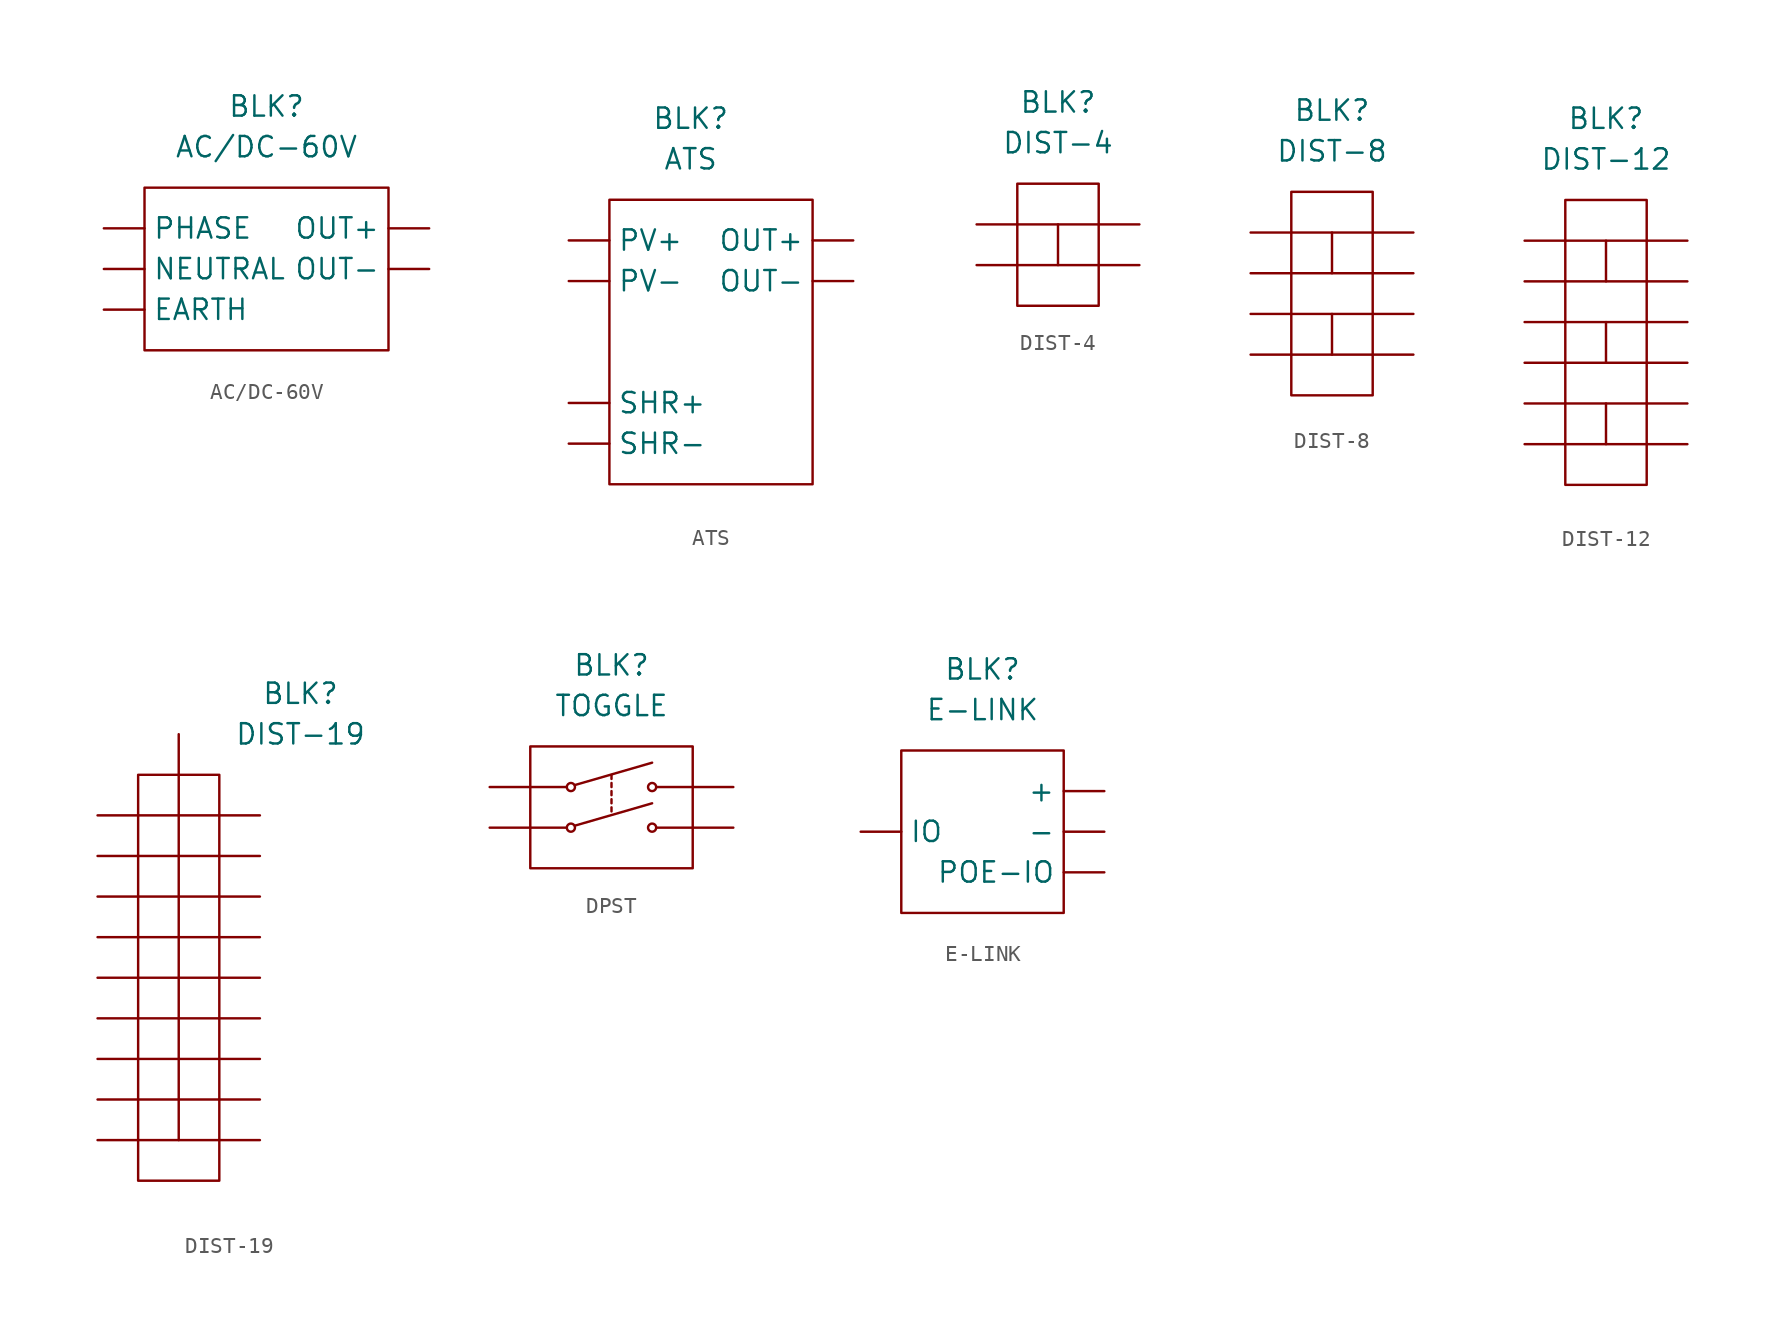
<source format=kicad_sym>
(kicad_symbol_lib
  (version 20220914)
  (generator kicad_symbol_editor)
  (symbol "AC/DC-60V"
    (pin_numbers hide)
    (property "Reference" "BLK"
      (at 0 10.16 0)
      (effects (font (size 1.27 1.27))))
    (property "Value" "AC/DC-60V"
      (at 0 7.62 0)
      (effects (font (size 1.27 1.27))))
    (symbol "AC/DC-60V_0_1"
      (rectangle (start -7.62 5.08) (end 7.62 -5.08) (stroke (width 0) (type default)) (fill (type none))))
    (symbol "AC/DC-60V_1_1"
      (pin passive line (at 10.16 2.54 180) (length 2.54) (name "OUT+" (effects (font (size 1.27 1.27)))) (number "1" (effects (font (size 1.27 1.27)))))
      (pin passive line (at 10.16 0 180) (length 2.54) (name "OUT-" (effects (font (size 1.27 1.27)))) (number "2" (effects (font (size 1.27 1.27)))))
      (pin passive line (at -10.16 2.54 0) (length 2.54) (name "PHASE" (effects (font (size 1.27 1.27)))) (number "4" (effects (font (size 1.27 1.27)))))
      (pin passive line (at -10.16 0 0) (length 2.54) (name "NEUTRAL" (effects (font (size 1.27 1.27)))) (number "5" (effects (font (size 1.27 1.27)))))
      (pin passive line (at -10.16 -2.54 0) (length 2.54) (name "EARTH" (effects (font (size 1.27 1.27)))) (number "6" (effects (font (size 1.27 1.27)))))))
  (symbol "ATS"
    (pin_numbers hide)
    (property "Reference" "BLK"
      (at 0 12.7 0)
      (effects (font (size 1.27 1.27))))
    (property "Value" "ATS"
      (at 0 10.16 0)
      (effects (font (size 1.27 1.27))))
    (symbol "ATS_0_1"
      (rectangle (start -5.08 7.62) (end 7.62 -10.16) (stroke (width 0) (type default)) (fill (type none))))
    (symbol "ATS_1_1"
      (pin passive line (at 10.16 5.08 180) (length 2.54) (name "OUT+" (effects (font (size 1.27 1.27)))) (number "1" (effects (font (size 1.27 1.27)))))
      (pin passive line (at -7.62 2.54 0) (length 2.54) (name "PV-" (effects (font (size 1.27 1.27)))) (number "1" (effects (font (size 1.27 1.27)))))
      (pin passive line (at -7.62 -7.62 0) (length 2.54) (name "SHR-" (effects (font (size 1.27 1.27)))) (number "1" (effects (font (size 1.27 1.27)))))
      (pin passive line (at 10.16 2.54 180) (length 2.54) (name "OUT-" (effects (font (size 1.27 1.27)))) (number "2" (effects (font (size 1.27 1.27)))))
      (pin passive line (at -7.62 5.08 0) (length 2.54) (name "PV+" (effects (font (size 1.27 1.27)))) (number "2" (effects (font (size 1.27 1.27)))))
      (pin passive line (at -7.62 -5.08 0) (length 2.54) (name "SHR+" (effects (font (size 1.27 1.27)))) (number "2" (effects (font (size 1.27 1.27)))))))
  (symbol "DIST-4"
    (pin_numbers hide)
    (pin_names hide)
    (property "Reference" "BLK"
      (at 0 7.62 0)
      (effects (font (size 1.27 1.27))))
    (property "Value" "DIST-4"
      (at 0 5.08 0)
      (effects (font (size 1.27 1.27))))
    (symbol "DIST-4_0_1"
      (rectangle (start -2.54 2.54) (end 2.54 -5.08) (stroke (width 0) (type default)) (fill (type none)))
      (polyline (pts (xy -2.54 0) (xy 2.54 0)) (stroke (width 0) (type default)) (fill (type none)))
      (polyline (pts (xy 0 -2.54) (xy 0 0)) (stroke (width 0) (type default)) (fill (type none)))
      (polyline (pts (xy 2.54 -2.54) (xy -2.54 -2.54)) (stroke (width 0) (type default)) (fill (type none))))
    (symbol "DIST-4_1_1"
      (pin passive line (at -5.08 0 0) (length 2.54) (name "1" (effects (font (size 1.27 1.27)))) (number "1" (effects (font (size 1.27 1.27)))))
      (pin passive line (at -5.08 -2.54 0) (length 2.54) (name "2" (effects (font (size 1.27 1.27)))) (number "2" (effects (font (size 1.27 1.27)))))
      (pin passive line (at 5.08 -2.54 180) (length 2.54) (name "3" (effects (font (size 1.27 1.27)))) (number "3" (effects (font (size 1.27 1.27)))))
      (pin passive line (at 5.08 0 180) (length 2.54) (name "4" (effects (font (size 1.27 1.27)))) (number "4" (effects (font (size 1.27 1.27)))))))
  (symbol "DIST-8"
    (pin_numbers hide)
    (pin_names hide)
    (property "Reference" "BLK"
      (at 0 10.16 0)
      (effects (font (size 1.27 1.27))))
    (property "Value" "DIST-8"
      (at 0 7.62 0)
      (effects (font (size 1.27 1.27))))
    (symbol "DIST-8_0_1"
      (rectangle (start -2.54 5.08) (end 2.54 -7.62) (stroke (width 0) (type default)) (fill (type none)))
      (polyline (pts (xy -2.54 -5.08) (xy 2.54 -5.08)) (stroke (width 0) (type default)) (fill (type none)))
      (polyline (pts (xy -2.54 -2.54) (xy 2.54 -2.54)) (stroke (width 0) (type default)) (fill (type none)))
      (polyline (pts (xy -2.54 0) (xy 2.54 0)) (stroke (width 0) (type default)) (fill (type none)))
      (polyline (pts (xy -2.54 2.54) (xy 2.54 2.54)) (stroke (width 0) (type default)) (fill (type none)))
      (polyline (pts (xy 0 -2.54) (xy 0 -5.08)) (stroke (width 0) (type default)) (fill (type none)))
      (polyline (pts (xy 0 2.54) (xy 0 0)) (stroke (width 0) (type default)) (fill (type none))))
    (symbol "DIST-8_1_1"
      (pin passive line (at -5.08 2.54 0) (length 2.54) (name "1" (effects (font (size 1.27 1.27)))) (number "1" (effects (font (size 1.27 1.27)))))
      (pin passive line (at 5.08 -5.08 180) (length 2.54) (name "1" (effects (font (size 1.27 1.27)))) (number "1" (effects (font (size 1.27 1.27)))))
      (pin passive line (at -5.08 0 0) (length 2.54) (name "2" (effects (font (size 1.27 1.27)))) (number "2" (effects (font (size 1.27 1.27)))))
      (pin passive line (at 5.08 -2.54 180) (length 2.54) (name "2" (effects (font (size 1.27 1.27)))) (number "2" (effects (font (size 1.27 1.27)))))
      (pin passive line (at -5.08 -2.54 0) (length 2.54) (name "3" (effects (font (size 1.27 1.27)))) (number "3" (effects (font (size 1.27 1.27)))))
      (pin passive line (at 5.08 0 180) (length 2.54) (name "3" (effects (font (size 1.27 1.27)))) (number "3" (effects (font (size 1.27 1.27)))))
      (pin passive line (at -5.08 -5.08 0) (length 2.54) (name "4" (effects (font (size 1.27 1.27)))) (number "4" (effects (font (size 1.27 1.27)))))
      (pin passive line (at 5.08 2.54 180) (length 2.54) (name "4" (effects (font (size 1.27 1.27)))) (number "4" (effects (font (size 1.27 1.27)))))))
  (symbol "DIST-12"
    (pin_numbers hide)
    (pin_names hide)
    (property "Reference" "BLK"
      (at 0 10.16 0)
      (effects (font (size 1.27 1.27))))
    (property "Value" "DIST-12"
      (at 0 7.62 0)
      (effects (font (size 1.27 1.27))))
    (symbol "DIST-12_0_1"
      (rectangle (start -2.54 5.08) (end 2.54 -12.7) (stroke (width 0) (type default)) (fill (type none)))
      (polyline (pts (xy -2.54 -10.16) (xy 2.54 -10.16)) (stroke (width 0) (type default)) (fill (type none)))
      (polyline (pts (xy -2.54 -7.62) (xy 2.54 -7.62)) (stroke (width 0) (type default)) (fill (type none)))
      (polyline (pts (xy -2.54 -5.08) (xy 2.54 -5.08)) (stroke (width 0) (type default)) (fill (type none)))
      (polyline (pts (xy -2.54 -2.54) (xy 2.54 -2.54)) (stroke (width 0) (type default)) (fill (type none)))
      (polyline (pts (xy -2.54 0) (xy 2.54 0)) (stroke (width 0) (type default)) (fill (type none)))
      (polyline (pts (xy -2.54 2.54) (xy 2.54 2.54)) (stroke (width 0) (type default)) (fill (type none)))
      (polyline (pts (xy 0 -7.62) (xy 0 -10.16)) (stroke (width 0) (type default)) (fill (type none)))
      (polyline (pts (xy 0 -2.54) (xy 0 -5.08)) (stroke (width 0) (type default)) (fill (type none)))
      (polyline (pts (xy 0 2.54) (xy 0 0)) (stroke (width 0) (type default)) (fill (type none))))
    (symbol "DIST-12_1_1"
      (pin passive line (at -5.08 2.54 0) (length 2.54) (name "1" (effects (font (size 1.27 1.27)))) (number "1" (effects (font (size 1.27 1.27)))))
      (pin passive line (at 5.08 -7.62 180) (length 2.54) (name "10" (effects (font (size 1.27 1.27)))) (number "10" (effects (font (size 1.27 1.27)))))
      (pin passive line (at -5.08 -10.16 0) (length 2.54) (name "11" (effects (font (size 1.27 1.27)))) (number "11" (effects (font (size 1.27 1.27)))))
      (pin passive line (at 5.08 -10.16 180) (length 2.54) (name "12" (effects (font (size 1.27 1.27)))) (number "12" (effects (font (size 1.27 1.27)))))
      (pin passive line (at 5.08 2.54 180) (length 2.54) (name "2" (effects (font (size 1.27 1.27)))) (number "2" (effects (font (size 1.27 1.27)))))
      (pin passive line (at -5.08 0 0) (length 2.54) (name "3" (effects (font (size 1.27 1.27)))) (number "3" (effects (font (size 1.27 1.27)))))
      (pin passive line (at 5.08 0 180) (length 2.54) (name "4" (effects (font (size 1.27 1.27)))) (number "4" (effects (font (size 1.27 1.27)))))
      (pin passive line (at -5.08 -2.54 0) (length 2.54) (name "5" (effects (font (size 1.27 1.27)))) (number "5" (effects (font (size 1.27 1.27)))))
      (pin passive line (at 5.08 -2.54 180) (length 2.54) (name "6" (effects (font (size 1.27 1.27)))) (number "6" (effects (font (size 1.27 1.27)))))
      (pin passive line (at -5.08 -5.08 0) (length 2.54) (name "7" (effects (font (size 1.27 1.27)))) (number "7" (effects (font (size 1.27 1.27)))))
      (pin passive line (at 5.08 -5.08 180) (length 2.54) (name "8" (effects (font (size 1.27 1.27)))) (number "8" (effects (font (size 1.27 1.27)))))
      (pin passive line (at -5.08 -7.62 0) (length 2.54) (name "9" (effects (font (size 1.27 1.27)))) (number "9" (effects (font (size 1.27 1.27)))))))
  (symbol "DIST-19"
    (pin_numbers hide)
    (pin_names hide)
    (property "Reference" "BLK"
      (at 7.62 17.78 0)
      (effects (font (size 1.27 1.27))))
    (property "Value" "DIST-19"
      (at 7.62 15.24 0)
      (effects (font (size 1.27 1.27))))
    (symbol "DIST-19_0_1"
      (rectangle (start -2.54 12.7) (end 2.54 -12.7) (stroke (width 0) (type default)) (fill (type none)))
      (polyline (pts (xy -2.54 -10.16) (xy 2.54 -10.16)) (stroke (width 0) (type default)) (fill (type none)))
      (polyline (pts (xy -2.54 -7.62) (xy 2.54 -7.62)) (stroke (width 0) (type default)) (fill (type none)))
      (polyline (pts (xy -2.54 -5.08) (xy 2.54 -5.08)) (stroke (width 0) (type default)) (fill (type none)))
      (polyline (pts (xy -2.54 -2.54) (xy 2.54 -2.54)) (stroke (width 0) (type default)) (fill (type none)))
      (polyline (pts (xy -2.54 0) (xy 2.54 0)) (stroke (width 0) (type default)) (fill (type none)))
      (polyline (pts (xy -2.54 2.54) (xy 2.54 2.54)) (stroke (width 0) (type default)) (fill (type none)))
      (polyline (pts (xy -2.54 5.08) (xy 2.54 5.08)) (stroke (width 0) (type default)) (fill (type none)))
      (polyline (pts (xy -2.54 7.62) (xy 2.54 7.62)) (stroke (width 0) (type default)) (fill (type none)))
      (polyline (pts (xy -2.54 10.16) (xy 2.54 10.16)) (stroke (width 0) (type default)) (fill (type none)))
      (polyline (pts (xy 0 12.7) (xy 0 -10.16)) (stroke (width 0) (type default)) (fill (type none))))
    (symbol "DIST-19_1_1"
      (pin passive line (at 0 15.24 270) (length 2.54) (name "1" (effects (font (size 1.27 1.27)))) (number "1" (effects (font (size 1.27 1.27)))))
      (pin passive line (at -5.08 0 0) (length 2.54) (name "10" (effects (font (size 1.27 1.27)))) (number "10" (effects (font (size 1.27 1.27)))))
      (pin passive line (at 5.08 0 180) (length 2.54) (name "11" (effects (font (size 1.27 1.27)))) (number "11" (effects (font (size 1.27 1.27)))))
      (pin passive line (at -5.08 -2.54 0) (length 2.54) (name "12" (effects (font (size 1.27 1.27)))) (number "12" (effects (font (size 1.27 1.27)))))
      (pin passive line (at 5.08 -2.54 180) (length 2.54) (name "13" (effects (font (size 1.27 1.27)))) (number "13" (effects (font (size 1.27 1.27)))))
      (pin passive line (at -5.08 -5.08 0) (length 2.54) (name "14" (effects (font (size 1.27 1.27)))) (number "14" (effects (font (size 1.27 1.27)))))
      (pin passive line (at 5.08 -5.08 180) (length 2.54) (name "15" (effects (font (size 1.27 1.27)))) (number "15" (effects (font (size 1.27 1.27)))))
      (pin passive line (at -5.08 -7.62 0) (length 2.54) (name "16" (effects (font (size 1.27 1.27)))) (number "16" (effects (font (size 1.27 1.27)))))
      (pin passive line (at 5.08 -7.62 180) (length 2.54) (name "17" (effects (font (size 1.27 1.27)))) (number "17" (effects (font (size 1.27 1.27)))))
      (pin passive line (at -5.08 -10.16 0) (length 2.54) (name "18" (effects (font (size 1.27 1.27)))) (number "18" (effects (font (size 1.27 1.27)))))
      (pin passive line (at 5.08 -10.16 180) (length 2.54) (name "19" (effects (font (size 1.27 1.27)))) (number "19" (effects (font (size 1.27 1.27)))))
      (pin passive line (at -5.08 10.16 0) (length 2.54) (name "2" (effects (font (size 1.27 1.27)))) (number "2" (effects (font (size 1.27 1.27)))))
      (pin passive line (at 5.08 10.16 180) (length 2.54) (name "3" (effects (font (size 1.27 1.27)))) (number "3" (effects (font (size 1.27 1.27)))))
      (pin passive line (at -5.08 7.62 0) (length 2.54) (name "4" (effects (font (size 1.27 1.27)))) (number "4" (effects (font (size 1.27 1.27)))))
      (pin passive line (at 5.08 7.62 180) (length 2.54) (name "5" (effects (font (size 1.27 1.27)))) (number "5" (effects (font (size 1.27 1.27)))))
      (pin passive line (at -5.08 5.08 0) (length 2.54) (name "6" (effects (font (size 1.27 1.27)))) (number "6" (effects (font (size 1.27 1.27)))))
      (pin passive line (at 5.08 5.08 180) (length 2.54) (name "7" (effects (font (size 1.27 1.27)))) (number "7" (effects (font (size 1.27 1.27)))))
      (pin passive line (at -5.08 2.54 0) (length 2.54) (name "8" (effects (font (size 1.27 1.27)))) (number "8" (effects (font (size 1.27 1.27)))))
      (pin passive line (at 5.08 2.54 180) (length 2.54) (name "9" (effects (font (size 1.27 1.27)))) (number "9" (effects (font (size 1.27 1.27)))))))
  (symbol "DPST"
    (pin_numbers hide)
    (pin_names hide)
    (property "Reference" "BLK"
      (at 0 7.62 0)
      (effects (font (size 1.27 1.27))))
    (property "Value" "TOGGLE"
      (at 0 5.08 0)
      (effects (font (size 1.27 1.27))))
    (symbol "DPST_0_1"
      (rectangle (start -5.08 2.54) (end 5.08 -5.08) (stroke (width 0) (type default)) (fill (type none)))
      (circle (center -2.54 -2.54) (radius 0.254) (stroke (width 0) (type default)) (fill (type none)))
      (circle (center -2.54 0) (radius 0.254) (stroke (width 0) (type default)) (fill (type none)))
      (polyline (pts (xy -5.08 -2.54) (xy -2.794 -2.54)) (stroke (width 0) (type default)) (fill (type none)))
      (polyline (pts (xy -5.08 0) (xy -2.794 0)) (stroke (width 0) (type default)) (fill (type none)))
      (polyline (pts (xy -2.286 -2.413) (xy 2.54 -1.016)) (stroke (width 0) (type default)) (fill (type none)))
      (polyline (pts (xy -2.286 0.127) (xy 2.54 1.524)) (stroke (width 0) (type default)) (fill (type none)))
      (polyline (pts (xy 0 -1.27) (xy 0 -1.524)) (stroke (width 0) (type default)) (fill (type none)))
      (polyline (pts (xy 0 -0.762) (xy 0 -1.016)) (stroke (width 0) (type default)) (fill (type none)))
      (polyline (pts (xy 0 -0.254) (xy 0 -0.508)) (stroke (width 0) (type default)) (fill (type none)))
      (polyline (pts (xy 0 0.254) (xy 0 0)) (stroke (width 0) (type default)) (fill (type none)))
      (polyline (pts (xy 0 0.508) (xy 0 0.762)) (stroke (width 0) (type default)) (fill (type none)))
      (polyline (pts (xy 2.794 -2.54) (xy 5.08 -2.54)) (stroke (width 0) (type default)) (fill (type none)))
      (polyline (pts (xy 2.794 0) (xy 5.08 0)) (stroke (width 0) (type default)) (fill (type none)))
      (circle (center 2.54 -2.54) (radius 0.254) (stroke (width 0) (type default)) (fill (type none)))
      (circle (center 2.54 0) (radius 0.254) (stroke (width 0) (type default)) (fill (type none))))
    (symbol "DPST_1_1"
      (pin passive line (at -7.62 0 0) (length 2.54) (name "1" (effects (font (size 1.27 1.27)))) (number "1" (effects (font (size 1.27 1.27)))))
      (pin passive line (at 7.62 0 180) (length 2.54) (name "2" (effects (font (size 1.27 1.27)))) (number "2" (effects (font (size 1.27 1.27)))))
      (pin passive line (at -7.62 -2.54 0) (length 2.54) (name "3" (effects (font (size 1.27 1.27)))) (number "3" (effects (font (size 1.27 1.27)))))
      (pin passive line (at 7.62 -2.54 180) (length 2.54) (name "4" (effects (font (size 1.27 1.27)))) (number "4" (effects (font (size 1.27 1.27)))))))
  (symbol "E-LINK"
    (pin_numbers hide)
    (property "Reference" "BLK"
      (at 0 10.16 0)
      (effects (font (size 1.27 1.27))))
    (property "Value" "E-LINK"
      (at 0 7.62 0)
      (effects (font (size 1.27 1.27))))
    (symbol "E-LINK_0_1"
      (rectangle (start -5.08 5.08) (end 5.08 -5.08) (stroke (width 0) (type default)) (fill (type none))))
    (symbol "E-LINK_1_1"
      (pin passive line (at 7.62 2.54 180) (length 2.54) (name "+" (effects (font (size 1.27 1.27)))) (number "1" (effects (font (size 1.27 1.27)))))
      (pin passive line (at 7.62 0 180) (length 2.54) (name "-" (effects (font (size 1.27 1.27)))) (number "2" (effects (font (size 1.27 1.27)))))
      (pin passive line (at -7.62 0 0) (length 2.54) (name "IO" (effects (font (size 1.27 1.27)))) (number "3" (effects (font (size 1.27 1.27)))))
      (pin passive line (at 7.62 -2.54 180) (length 2.54) (name "POE-IO" (effects (font (size 1.27 1.27)))) (number "4" (effects (font (size 1.27 1.27))))))))
</source>
